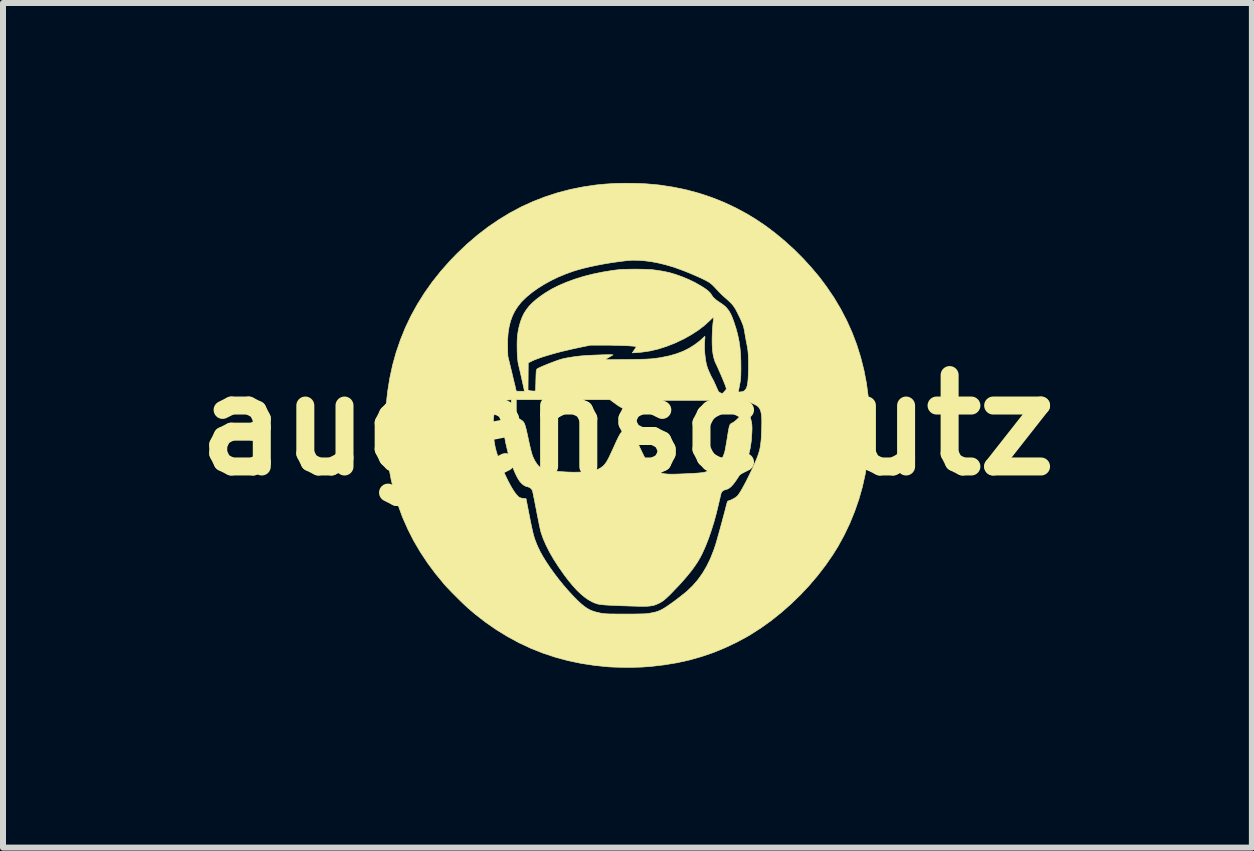
<source format=kicad_pcb>
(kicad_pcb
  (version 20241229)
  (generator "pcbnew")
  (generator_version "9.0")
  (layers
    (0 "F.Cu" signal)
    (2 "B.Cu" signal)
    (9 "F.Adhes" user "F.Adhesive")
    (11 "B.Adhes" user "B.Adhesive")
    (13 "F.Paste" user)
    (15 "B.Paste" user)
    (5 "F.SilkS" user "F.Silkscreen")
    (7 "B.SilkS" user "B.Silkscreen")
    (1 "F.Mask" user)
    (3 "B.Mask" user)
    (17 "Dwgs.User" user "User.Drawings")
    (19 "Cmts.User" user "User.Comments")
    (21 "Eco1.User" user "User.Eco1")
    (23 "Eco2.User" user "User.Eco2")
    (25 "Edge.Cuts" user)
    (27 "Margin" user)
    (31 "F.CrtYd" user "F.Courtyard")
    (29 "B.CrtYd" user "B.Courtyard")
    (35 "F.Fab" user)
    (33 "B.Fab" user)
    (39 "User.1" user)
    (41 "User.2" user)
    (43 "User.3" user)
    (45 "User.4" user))
  (footprint "augenschutz"
    (layer "F.Cu")
    (at 7.41 4.037)
    (property "Reference" "augenschutz" (at 0 0 0) (layer "F.SilkS") (effects (font (size 1.524 1.524) (thickness 0.3))))
    (attr through_hole)
    (fp_poly (pts (xy 0.141 -4.03) (xy 0.309 -4.023) (xy 0.472 -4.009) (xy 0.546 -4.001) (xy 0.766 -3.967) (xy 0.983 -3.922) (xy 1.195 -3.865) (xy 1.402 -3.796) (xy 1.606 -3.715) (xy 1.804 -3.622) (xy 1.997 -3.518) (xy 2.146 -3.427) (xy 2.309 -3.317) (xy 2.47 -3.195) (xy 2.628 -3.063) (xy 2.782 -2.923) (xy 2.929 -2.776) (xy 3.069 -2.622) (xy 3.201 -2.465) (xy 3.318 -2.308) (xy 3.443 -2.124) (xy 3.555 -1.935) (xy 3.656 -1.741) (xy 3.745 -1.543) (xy 3.822 -1.34) (xy 3.887 -1.132) (xy 3.941 -0.919) (xy 3.983 -0.702) (xy 4.013 -0.479) (xy 4.031 -0.252) (xy 4.038 -0.02) (xy 4.038 0.008) (xy 4.038 0.071) (xy 4.037 0.125) (xy 4.036 0.174) (xy 4.034 0.22) (xy 4.032 0.268) (xy 4.028 0.321) (xy 4.023 0.383) (xy 4.023 0.387) (xy 3.999 0.604) (xy 3.963 0.818) (xy 3.916 1.029) (xy 3.857 1.237) (xy 3.786 1.441) (xy 3.705 1.64) (xy 3.612 1.834) (xy 3.51 2.021) (xy 3.422 2.162) (xy 3.301 2.337) (xy 3.17 2.507) (xy 3.03 2.672) (xy 2.882 2.83) (xy 2.727 2.98) (xy 2.566 3.122) (xy 2.4 3.255) (xy 2.23 3.377) (xy 2.057 3.488) (xy 2 3.522) (xy 1.813 3.623) (xy 1.624 3.712) (xy 1.432 3.791) (xy 1.235 3.858) (xy 1.034 3.915) (xy 0.827 3.961) (xy 0.614 3.996) (xy 0.394 4.022) (xy 0.302 4.029) (xy 0.242 4.033) (xy 0.173 4.035) (xy 0.097 4.037) (xy 0.017 4.037) (xy -0.064 4.037) (xy -0.142 4.036) (xy -0.216 4.034) (xy -0.282 4.031) (xy -0.318 4.029) (xy -0.546 4.006) (xy -0.769 3.972) (xy -0.987 3.927) (xy -1.199 3.87) (xy -1.405 3.802) (xy -1.607 3.722) (xy -1.804 3.63) (xy -1.995 3.527) (xy -2.183 3.412) (xy -2.365 3.286) (xy -2.544 3.147) (xy -2.642 3.063) (xy -2.678 3.031) (xy -2.721 2.991) (xy -2.768 2.946) (xy -2.818 2.897) (xy -2.869 2.846) (xy -2.919 2.796) (xy -2.966 2.747) (xy -3.009 2.702) (xy -3.044 2.664) (xy -3.056 2.65) (xy -3.201 2.474) (xy -3.334 2.295) (xy -3.455 2.112) (xy -3.565 1.925) (xy -3.662 1.733) (xy -3.749 1.537) (xy -3.823 1.335) (xy -3.886 1.128) (xy -3.938 0.915) (xy -3.979 0.697) (xy -4.009 0.472) (xy -4.026 0.273) (xy -4.028 0.238) (xy -4.029 0.192) (xy -4.03 0.139) (xy -4.03 0.079) (xy -4.031 0.016) (xy -4.03 -0.01) (xy -2.241 -0.01) (xy -2.24 0.112) (xy -2.228 0.235) (xy -2.207 0.358) (xy -2.206 0.362) (xy -2.19 0.427) (xy -2.169 0.496) (xy -2.145 0.568) (xy -2.119 0.641) (xy -2.09 0.714) (xy -2.059 0.787) (xy -2.026 0.857) (xy -1.993 0.925) (xy -1.96 0.988) (xy -1.928 1.045) (xy -1.896 1.096) (xy -1.866 1.139) (xy -1.838 1.173) (xy -1.812 1.198) (xy -1.796 1.208) (xy -1.778 1.214) (xy -1.754 1.219) (xy -1.733 1.222) (xy -1.691 1.226) (xy -1.648 1.447) (xy -1.631 1.532) (xy -1.617 1.606) (xy -1.603 1.671) (xy -1.591 1.727) (xy -1.58 1.775) (xy -1.57 1.818) (xy -1.559 1.856) (xy -1.549 1.89) (xy -1.537 1.923) (xy -1.525 1.954) (xy -1.512 1.987) (xy -1.497 2.021) (xy -1.494 2.029) (xy -1.456 2.107) (xy -1.409 2.192) (xy -1.353 2.282) (xy -1.291 2.375) (xy -1.223 2.47) (xy -1.149 2.567) (xy -1.072 2.662) (xy -0.991 2.756) (xy -0.908 2.846) (xy -0.884 2.871) (xy -0.825 2.93) (xy -0.772 2.979) (xy -0.723 3.019) (xy -0.677 3.051) (xy -0.632 3.077) (xy -0.588 3.096) (xy -0.542 3.111) (xy -0.54 3.112) (xy -0.508 3.12) (xy -0.481 3.126) (xy -0.456 3.132) (xy -0.432 3.137) (xy -0.408 3.14) (xy -0.382 3.143) (xy -0.353 3.145) (xy -0.319 3.147) (xy -0.279 3.148) (xy -0.232 3.148) (xy -0.176 3.149) (xy -0.11 3.149) (xy -0.049 3.149) (xy 0.029 3.149) (xy 0.099 3.149) (xy 0.162 3.148) (xy 0.216 3.147) (xy 0.26 3.146) (xy 0.293 3.145) (xy 0.315 3.143) (xy 0.319 3.143) (xy 0.379 3.134) (xy 0.429 3.124) (xy 0.471 3.115) (xy 0.508 3.103) (xy 0.542 3.089) (xy 0.576 3.072) (xy 0.613 3.051) (xy 0.654 3.024) (xy 0.655 3.024) (xy 0.698 2.994) (xy 0.748 2.959) (xy 0.802 2.919) (xy 0.856 2.878) (xy 0.909 2.836) (xy 0.957 2.798) (xy 0.994 2.767) (xy 1.087 2.678) (xy 1.173 2.579) (xy 1.251 2.47) (xy 1.321 2.351) (xy 1.384 2.222) (xy 1.439 2.082) (xy 1.469 1.994) (xy 1.479 1.958) (xy 1.493 1.912) (xy 1.508 1.858) (xy 1.525 1.798) (xy 1.543 1.733) (xy 1.561 1.667) (xy 1.579 1.601) (xy 1.596 1.537) (xy 1.612 1.477) (xy 1.626 1.424) (xy 1.63 1.41) (xy 1.64 1.37) (xy 1.649 1.334) (xy 1.657 1.305) (xy 1.664 1.283) (xy 1.668 1.271) (xy 1.669 1.269) (xy 1.677 1.265) (xy 1.693 1.259) (xy 1.706 1.255) (xy 1.733 1.244) (xy 1.764 1.228) (xy 1.795 1.21) (xy 1.82 1.192) (xy 1.828 1.185) (xy 1.844 1.167) (xy 1.865 1.137) (xy 1.889 1.099) (xy 1.916 1.053) (xy 1.944 1.001) (xy 1.975 0.944) (xy 2.005 0.883) (xy 2.036 0.821) (xy 2.067 0.757) (xy 2.096 0.695) (xy 2.122 0.634) (xy 2.147 0.577) (xy 2.168 0.524) (xy 2.184 0.478) (xy 2.196 0.439) (xy 2.197 0.438) (xy 2.206 0.402) (xy 2.213 0.366) (xy 2.219 0.327) (xy 2.224 0.285) (xy 2.229 0.237) (xy 2.232 0.18) (xy 2.235 0.114) (xy 2.236 0.099) (xy 2.238 0.019) (xy 2.239 -0.05) (xy 2.238 -0.109) (xy 2.235 -0.158) (xy 2.229 -0.199) (xy 2.221 -0.233) (xy 2.21 -0.262) (xy 2.197 -0.285) (xy 2.18 -0.306) (xy 2.176 -0.31) (xy 2.157 -0.325) (xy 2.128 -0.341) (xy 2.093 -0.358) (xy 2.054 -0.375) (xy 2.013 -0.39) (xy 1.995 -0.396) (xy 1.943 -0.412) (xy 1.943 -0.238) (xy 1.964 -0.23) (xy 1.996 -0.212) (xy 2.022 -0.183) (xy 2.042 -0.142) (xy 2.048 -0.124) (xy 2.059 -0.085) (xy 2.067 -0.052) (xy 2.072 -0.02) (xy 2.075 0.013) (xy 2.076 0.05) (xy 2.075 0.096) (xy 2.074 0.12) (xy 2.065 0.257) (xy 2.046 0.385) (xy 2.018 0.505) (xy 1.981 0.618) (xy 1.937 0.718) (xy 1.919 0.75) (xy 1.897 0.788) (xy 1.87 0.831) (xy 1.842 0.874) (xy 1.814 0.916) (xy 1.787 0.954) (xy 1.764 0.984) (xy 1.76 0.989) (xy 1.727 1.025) (xy 1.697 1.049) (xy 1.667 1.066) (xy 1.641 1.073) (xy 1.607 1.085) (xy 1.58 1.103) (xy 1.564 1.127) (xy 1.563 1.129) (xy 1.56 1.139) (xy 1.555 1.161) (xy 1.547 1.191) (xy 1.539 1.228) (xy 1.529 1.27) (xy 1.518 1.316) (xy 1.517 1.321) (xy 1.481 1.471) (xy 1.441 1.617) (xy 1.397 1.757) (xy 1.351 1.891) (xy 1.302 2.016) (xy 1.251 2.13) (xy 1.245 2.143) (xy 1.209 2.212) (xy 1.168 2.282) (xy 1.12 2.353) (xy 1.066 2.427) (xy 1.003 2.505) (xy 0.933 2.587) (xy 0.854 2.674) (xy 0.764 2.768) (xy 0.746 2.787) (xy 0.703 2.831) (xy 0.666 2.866) (xy 0.634 2.895) (xy 0.606 2.919) (xy 0.58 2.938) (xy 0.555 2.953) (xy 0.528 2.968) (xy 0.512 2.975) (xy 0.489 2.985) (xy 0.467 2.994) (xy 0.445 3.002) (xy 0.421 3.008) (xy 0.395 3.012) (xy 0.366 3.016) (xy 0.333 3.019) (xy 0.294 3.02) (xy 0.248 3.02) (xy 0.195 3.02) (xy 0.133 3.018) (xy 0.061 3.016) (xy -0.022 3.013) (xy -0.092 3.011) (xy -0.173 3.007) (xy -0.242 3.004) (xy -0.302 3.002) (xy -0.352 2.999) (xy -0.394 2.996) (xy -0.429 2.992) (xy -0.459 2.988) (xy -0.485 2.984) (xy -0.508 2.978) (xy -0.529 2.971) (xy -0.549 2.964) (xy -0.57 2.954) (xy -0.593 2.944) (xy -0.595 2.943) (xy -0.655 2.909) (xy -0.717 2.865) (xy -0.781 2.811) (xy -0.848 2.747) (xy -0.916 2.671) (xy -0.988 2.584) (xy -1.063 2.485) (xy -1.063 2.484) (xy -1.152 2.357) (xy -1.231 2.234) (xy -1.3 2.115) (xy -1.357 2.001) (xy -1.405 1.892) (xy -1.441 1.788) (xy -1.444 1.775) (xy -1.449 1.757) (xy -1.456 1.728) (xy -1.464 1.69) (xy -1.474 1.643) (xy -1.484 1.591) (xy -1.496 1.533) (xy -1.508 1.473) (xy -1.518 1.419) (xy -1.53 1.359) (xy -1.541 1.301) (xy -1.551 1.248) (xy -1.561 1.201) (xy -1.569 1.161) (xy -1.575 1.13) (xy -1.58 1.109) (xy -1.582 1.099) (xy -1.598 1.067) (xy -1.623 1.044) (xy -1.658 1.029) (xy -1.673 1.026) (xy -1.705 1.015) (xy -1.738 0.995) (xy -1.77 0.966) (xy -1.794 0.939) (xy -1.822 0.897) (xy -1.851 0.844) (xy -1.88 0.781) (xy -1.909 0.711) (xy -1.938 0.634) (xy -1.964 0.552) (xy -1.989 0.467) (xy -1.999 0.428) (xy -2.029 0.299) (xy -2.051 0.18) (xy -2.064 0.069) (xy -2.07 -0.034) (xy -2.069 -0.08) (xy -2.068 -0.114) (xy -2.067 -0.138) (xy -2.065 -0.155) (xy -2.061 -0.167) (xy -2.056 -0.176) (xy -2.049 -0.187) (xy -2.049 -0.187) (xy -2.034 -0.201) (xy -2.014 -0.216) (xy -1.99 -0.23) (xy -1.967 -0.242) (xy -1.949 -0.247) (xy -1.945 -0.248) (xy -1.941 -0.251) (xy -1.939 -0.262) (xy -1.938 -0.282) (xy -1.937 -0.313) (xy -1.937 -0.336) (xy -1.937 -0.424) (xy -1.97 -0.421) (xy -2.011 -0.416) (xy -2.052 -0.407) (xy -2.089 -0.396) (xy -2.117 -0.384) (xy -2.143 -0.367) (xy -2.164 -0.349) (xy -2.181 -0.327) (xy -2.195 -0.3) (xy -2.207 -0.266) (xy -2.217 -0.224) (xy -2.226 -0.172) (xy -2.232 -0.128) (xy -2.241 -0.01) (xy -4.03 -0.01) (xy -4.03 -0.049) (xy -4.03 -0.113) (xy -4.029 -0.174) (xy -4.027 -0.23) (xy -4.026 -0.279) (xy -4.024 -0.318) (xy -4.022 -0.333) (xy -4.013 -0.425) (xy -1.854 -0.425) (xy -1.854 -0.148) (xy -1.83 -0.127) (xy -1.811 -0.111) (xy -1.787 -0.095) (xy -1.775 -0.087) (xy -1.76 -0.077) (xy -1.748 -0.068) (xy -1.737 -0.057) (xy -1.728 -0.044) (xy -1.719 -0.028) (xy -1.71 -0.006) (xy -1.702 0.021) (xy -1.692 0.056) (xy -1.682 0.099) (xy -1.67 0.151) (xy -1.656 0.215) (xy -1.652 0.235) (xy -1.637 0.303) (xy -1.624 0.36) (xy -1.613 0.407) (xy -1.602 0.447) (xy -1.593 0.48) (xy -1.584 0.508) (xy -1.574 0.533) (xy -1.563 0.556) (xy -1.552 0.579) (xy -1.538 0.603) (xy -1.533 0.612) (xy -1.508 0.649) (xy -1.483 0.68) (xy -1.455 0.704) (xy -1.423 0.723) (xy -1.384 0.738) (xy -1.338 0.75) (xy -1.282 0.759) (xy -1.235 0.765) (xy -1.117 0.775) (xy -1.004 0.782) (xy -0.896 0.785) (xy -0.796 0.783) (xy -0.705 0.777) (xy -0.649 0.771) (xy -0.589 0.762) (xy -0.539 0.751) (xy -0.497 0.738) (xy -0.462 0.722) (xy -0.431 0.702) (xy -0.402 0.678) (xy -0.387 0.662) (xy -0.375 0.648) (xy -0.363 0.632) (xy -0.35 0.614) (xy -0.337 0.592) (xy -0.322 0.564) (xy -0.305 0.531) (xy -0.286 0.49) (xy -0.263 0.441) (xy -0.236 0.383) (xy -0.205 0.314) (xy -0.203 0.309) (xy -0.176 0.251) (xy -0.153 0.203) (xy -0.133 0.166) (xy -0.116 0.138) (xy -0.101 0.119) (xy -0.087 0.106) (xy -0.082 0.103) (xy -0.067 0.099) (xy -0.045 0.096) (xy -0.031 0.095) (xy -0.008 0.096) (xy 0.009 0.101) (xy 0.025 0.111) (xy 0.033 0.117) (xy 0.055 0.135) (xy 0.079 0.154) (xy 0.089 0.162) (xy 0.097 0.169) (xy 0.105 0.177) (xy 0.113 0.187) (xy 0.121 0.2) (xy 0.131 0.218) (xy 0.144 0.242) (xy 0.159 0.273) (xy 0.178 0.313) (xy 0.201 0.362) (xy 0.209 0.38) (xy 0.232 0.428) (xy 0.254 0.474) (xy 0.275 0.516) (xy 0.293 0.552) (xy 0.308 0.582) (xy 0.319 0.602) (xy 0.323 0.61) (xy 0.341 0.634) (xy 0.365 0.663) (xy 0.392 0.692) (xy 0.42 0.72) (xy 0.446 0.744) (xy 0.469 0.763) (xy 0.483 0.772) (xy 0.517 0.786) (xy 0.559 0.799) (xy 0.606 0.809) (xy 0.627 0.812) (xy 0.656 0.815) (xy 0.692 0.817) (xy 0.738 0.818) (xy 0.793 0.817) (xy 0.858 0.815) (xy 0.935 0.812) (xy 1.023 0.808) (xy 1.038 0.807) (xy 1.098 0.804) (xy 1.148 0.801) (xy 1.187 0.798) (xy 1.218 0.795) (xy 1.243 0.793) (xy 1.263 0.79) (xy 1.279 0.787) (xy 1.293 0.783) (xy 1.299 0.781) (xy 1.374 0.751) (xy 1.44 0.714) (xy 1.497 0.667) (xy 1.544 0.612) (xy 1.583 0.548) (xy 1.613 0.474) (xy 1.615 0.468) (xy 1.621 0.448) (xy 1.628 0.418) (xy 1.635 0.378) (xy 1.644 0.33) (xy 1.653 0.276) (xy 1.663 0.219) (xy 1.664 0.211) (xy 1.673 0.152) (xy 1.681 0.105) (xy 1.688 0.067) (xy 1.694 0.037) (xy 1.699 0.015) (xy 1.706 -0.001) (xy 1.713 -0.013) (xy 1.721 -0.022) (xy 1.731 -0.028) (xy 1.743 -0.035) (xy 1.752 -0.039) (xy 1.771 -0.05) (xy 1.793 -0.067) (xy 1.816 -0.087) (xy 1.821 -0.091) (xy 1.861 -0.13) (xy 1.861 -0.413) (xy 0.286 -0.413) (xy 0.234 -0.36) (xy 0.198 -0.326) (xy 0.165 -0.302) (xy 0.132 -0.285) (xy 0.095 -0.273) (xy 0.059 -0.267) (xy 0.022 -0.263) (xy -0.011 -0.264) (xy -0.043 -0.269) (xy -0.076 -0.281) (xy -0.111 -0.298) (xy -0.151 -0.322) (xy -0.197 -0.354) (xy -0.215 -0.368) (xy -0.293 -0.425) (xy -1.854 -0.425) (xy -4.013 -0.425) (xy -3.998 -0.561) (xy -3.962 -0.784) (xy -3.915 -1.002) (xy -3.856 -1.214) (xy -3.827 -1.297) (xy -1.998 -1.297) (xy -1.998 -1.288) (xy -1.994 -1.15) (xy -1.924 -0.86) (xy -1.91 -0.801) (xy -1.897 -0.746) (xy -1.885 -0.697) (xy -1.874 -0.653) (xy -1.866 -0.618) (xy -1.86 -0.591) (xy -1.856 -0.573) (xy -1.854 -0.567) (xy -1.848 -0.567) (xy -1.832 -0.566) (xy -1.809 -0.565) (xy -1.785 -0.565) (xy -1.717 -0.565) (xy -1.721 -0.586) (xy -1.658 -0.586) (xy -1.637 -0.577) (xy -1.622 -0.573) (xy -1.601 -0.57) (xy -1.578 -0.569) (xy -1.557 -0.568) (xy -1.541 -0.569) (xy -1.535 -0.572) (xy -1.534 -0.579) (xy -1.532 -0.596) (xy -1.531 -0.623) (xy -1.53 -0.658) (xy -1.528 -0.698) (xy -1.528 -0.727) (xy -1.526 -0.783) (xy -1.525 -0.828) (xy -1.523 -0.863) (xy -1.522 -0.89) (xy -1.519 -0.909) (xy -1.515 -0.923) (xy -1.51 -0.933) (xy -1.502 -0.94) (xy -1.493 -0.946) (xy -1.481 -0.952) (xy -1.474 -0.955) (xy -1.444 -0.969) (xy -1.405 -0.986) (xy -1.36 -1.005) (xy -1.311 -1.025) (xy -1.26 -1.044) (xy -1.211 -1.063) (xy -1.165 -1.079) (xy -1.124 -1.093) (xy -1.092 -1.102) (xy -1.083 -1.105) (xy -1.038 -1.115) (xy -0.983 -1.125) (xy -0.922 -1.135) (xy -0.857 -1.144) (xy -0.793 -1.152) (xy -0.755 -1.155) (xy -0.723 -1.158) (xy -0.682 -1.161) (xy -0.634 -1.163) (xy -0.583 -1.166) (xy -0.529 -1.168) (xy -0.475 -1.17) (xy -0.424 -1.172) (xy -0.377 -1.173) (xy -0.338 -1.174) (xy -0.307 -1.174) (xy -0.293 -1.174) (xy -0.24 -1.172) (xy -0.309 -1.131) (xy -0.378 -1.091) (xy -0.022 -1.094) (xy 0.064 -1.095) (xy 0.14 -1.096) (xy 0.205 -1.097) (xy 0.262 -1.099) (xy 0.311 -1.1) (xy 0.355 -1.103) (xy 0.395 -1.105) (xy 0.432 -1.109) (xy 0.467 -1.113) (xy 0.502 -1.118) (xy 0.538 -1.123) (xy 0.575 -1.13) (xy 0.702 -1.156) (xy 0.818 -1.19) (xy 0.927 -1.231) (xy 1.027 -1.281) (xy 1.119 -1.339) (xy 1.206 -1.405) (xy 1.259 -1.453) (xy 1.274 -1.467) (xy 1.286 -1.477) (xy 1.291 -1.479) (xy 1.292 -1.472) (xy 1.291 -1.455) (xy 1.289 -1.431) (xy 1.287 -1.404) (xy 1.284 -1.344) (xy 1.284 -1.278) (xy 1.288 -1.208) (xy 1.295 -1.139) (xy 1.304 -1.073) (xy 1.316 -1.014) (xy 1.328 -0.972) (xy 1.339 -0.94) (xy 1.355 -0.902) (xy 1.373 -0.862) (xy 1.391 -0.822) (xy 1.409 -0.788) (xy 1.418 -0.772) (xy 1.428 -0.754) (xy 1.441 -0.727) (xy 1.455 -0.696) (xy 1.47 -0.663) (xy 1.473 -0.657) (xy 1.486 -0.626) (xy 1.499 -0.598) (xy 1.509 -0.576) (xy 1.516 -0.562) (xy 1.518 -0.56) (xy 1.529 -0.55) (xy 1.547 -0.539) (xy 1.567 -0.531) (xy 1.582 -0.527) (xy 1.588 -0.531) (xy 1.6 -0.543) (xy 1.614 -0.558) (xy 1.63 -0.576) (xy 1.642 -0.592) (xy 1.648 -0.602) (xy 1.647 -0.611) (xy 1.643 -0.626) (xy 1.635 -0.65) (xy 1.623 -0.683) (xy 1.606 -0.725) (xy 1.584 -0.778) (xy 1.581 -0.786) (xy 1.561 -0.833) (xy 1.541 -0.878) (xy 1.522 -0.921) (xy 1.506 -0.959) (xy 1.492 -0.989) (xy 1.482 -1.009) (xy 1.482 -1.01) (xy 1.458 -1.062) (xy 1.44 -1.119) (xy 1.426 -1.184) (xy 1.417 -1.257) (xy 1.412 -1.339) (xy 1.411 -1.431) (xy 1.412 -1.482) (xy 1.414 -1.542) (xy 1.417 -1.603) (xy 1.422 -1.661) (xy 1.427 -1.714) (xy 1.433 -1.76) (xy 1.439 -1.794) (xy 1.44 -1.8) (xy 1.437 -1.801) (xy 1.43 -1.797) (xy 1.418 -1.787) (xy 1.399 -1.77) (xy 1.372 -1.744) (xy 1.364 -1.736) (xy 1.275 -1.656) (xy 1.178 -1.582) (xy 1.073 -1.514) (xy 0.958 -1.448) (xy 0.927 -1.432) (xy 0.786 -1.366) (xy 0.648 -1.312) (xy 0.512 -1.269) (xy 0.377 -1.237) (xy 0.241 -1.217) (xy 0.153 -1.209) (xy 0.081 -1.205) (xy 0.113 -1.253) (xy 0.128 -1.275) (xy 0.139 -1.293) (xy 0.145 -1.304) (xy 0.146 -1.307) (xy 0.14 -1.31) (xy 0.122 -1.314) (xy 0.094 -1.317) (xy 0.057 -1.32) (xy 0.011 -1.323) (xy -0.042 -1.326) (xy -0.1 -1.328) (xy -0.164 -1.33) (xy -0.231 -1.331) (xy -0.3 -1.333) (xy -0.371 -1.333) (xy -0.404 -1.333) (xy -0.615 -1.333) (xy -0.773 -1.301) (xy -0.881 -1.278) (xy -0.986 -1.254) (xy -1.088 -1.23) (xy -1.185 -1.205) (xy -1.277 -1.179) (xy -1.361 -1.154) (xy -1.437 -1.13) (xy -1.503 -1.106) (xy -1.559 -1.084) (xy -1.594 -1.068) (xy -1.654 -1.038) (xy -1.658 -0.586) (xy -1.721 -0.586) (xy -1.756 -0.745) (xy -1.767 -0.793) (xy -1.777 -0.839) (xy -1.787 -0.882) (xy -1.795 -0.918) (xy -1.802 -0.946) (xy -1.806 -0.964) (xy -1.806 -0.965) (xy -1.816 -1.004) (xy -1.824 -1.043) (xy -1.829 -1.085) (xy -1.834 -1.131) (xy -1.837 -1.184) (xy -1.839 -1.248) (xy -1.839 -1.251) (xy -1.84 -1.347) (xy -1.838 -1.433) (xy -1.831 -1.512) (xy -1.819 -1.586) (xy -1.803 -1.657) (xy -1.782 -1.729) (xy -1.78 -1.734) (xy -1.754 -1.803) (xy -1.722 -1.868) (xy -1.683 -1.928) (xy -1.637 -1.986) (xy -1.582 -2.042) (xy -1.518 -2.098) (xy -1.443 -2.154) (xy -1.376 -2.2) (xy -1.266 -2.267) (xy -1.145 -2.328) (xy -1.013 -2.384) (xy -0.873 -2.435) (xy -0.725 -2.481) (xy -0.569 -2.52) (xy -0.407 -2.553) (xy -0.24 -2.58) (xy -0.14 -2.592) (xy -0.108 -2.595) (xy -0.066 -2.597) (xy -0.015 -2.598) (xy 0.041 -2.599) (xy 0.101 -2.6) (xy 0.162 -2.6) (xy 0.221 -2.599) (xy 0.278 -2.598) (xy 0.329 -2.596) (xy 0.372 -2.594) (xy 0.405 -2.592) (xy 0.406 -2.592) (xy 0.5 -2.58) (xy 0.587 -2.566) (xy 0.665 -2.55) (xy 0.705 -2.541) (xy 0.808 -2.51) (xy 0.914 -2.472) (xy 1.019 -2.428) (xy 1.12 -2.38) (xy 1.213 -2.327) (xy 1.264 -2.296) (xy 1.309 -2.265) (xy 1.344 -2.238) (xy 1.37 -2.213) (xy 1.391 -2.188) (xy 1.402 -2.17) (xy 1.423 -2.139) (xy 1.451 -2.11) (xy 1.488 -2.079) (xy 1.535 -2.047) (xy 1.575 -2.02) (xy 1.607 -1.997) (xy 1.632 -1.976) (xy 1.653 -1.954) (xy 1.673 -1.929) (xy 1.674 -1.928) (xy 1.692 -1.903) (xy 1.707 -1.878) (xy 1.722 -1.85) (xy 1.737 -1.818) (xy 1.753 -1.778) (xy 1.771 -1.729) (xy 1.775 -1.717) (xy 1.809 -1.613) (xy 1.837 -1.509) (xy 1.859 -1.405) (xy 1.875 -1.298) (xy 1.885 -1.185) (xy 1.89 -1.065) (xy 1.891 -0.936) (xy 1.891 -0.927) (xy 1.89 -0.875) (xy 1.889 -0.832) (xy 1.887 -0.798) (xy 1.885 -0.768) (xy 1.882 -0.742) (xy 1.878 -0.716) (xy 1.873 -0.689) (xy 1.871 -0.679) (xy 1.865 -0.646) (xy 1.859 -0.615) (xy 1.854 -0.59) (xy 1.851 -0.574) (xy 1.851 -0.572) (xy 1.847 -0.551) (xy 1.886 -0.554) (xy 1.919 -0.559) (xy 1.942 -0.569) (xy 1.958 -0.583) (xy 1.971 -0.599) (xy 1.983 -0.618) (xy 1.992 -0.643) (xy 1.999 -0.673) (xy 2.005 -0.71) (xy 2.01 -0.755) (xy 2.013 -0.809) (xy 2.016 -0.874) (xy 2.017 -0.933) (xy 2.018 -1.023) (xy 2.017 -1.102) (xy 2.014 -1.172) (xy 2.009 -1.234) (xy 2.001 -1.291) (xy 1.993 -1.333) (xy 1.988 -1.359) (xy 1.981 -1.395) (xy 1.973 -1.436) (xy 1.966 -1.479) (xy 1.959 -1.517) (xy 1.952 -1.56) (xy 1.945 -1.597) (xy 1.938 -1.629) (xy 1.929 -1.659) (xy 1.918 -1.69) (xy 1.904 -1.724) (xy 1.887 -1.763) (xy 1.865 -1.809) (xy 1.847 -1.845) (xy 1.824 -1.891) (xy 1.804 -1.93) (xy 1.783 -1.963) (xy 1.762 -1.993) (xy 1.738 -2.021) (xy 1.709 -2.051) (xy 1.674 -2.084) (xy 1.632 -2.121) (xy 1.617 -2.134) (xy 1.594 -2.155) (xy 1.565 -2.183) (xy 1.533 -2.215) (xy 1.502 -2.248) (xy 1.484 -2.266) (xy 1.451 -2.302) (xy 1.42 -2.333) (xy 1.393 -2.357) (xy 1.371 -2.374) (xy 1.368 -2.376) (xy 1.336 -2.396) (xy 1.292 -2.419) (xy 1.241 -2.444) (xy 1.182 -2.471) (xy 1.118 -2.499) (xy 1.051 -2.528) (xy 0.982 -2.556) (xy 0.913 -2.583) (xy 0.846 -2.607) (xy 0.783 -2.63) (xy 0.744 -2.642) (xy 0.627 -2.676) (xy 0.51 -2.704) (xy 0.395 -2.726) (xy 0.284 -2.74) (xy 0.178 -2.748) (xy 0.079 -2.749) (xy 0.003 -2.744) (xy -0.126 -2.728) (xy -0.256 -2.71) (xy -0.384 -2.689) (xy -0.509 -2.665) (xy -0.628 -2.64) (xy -0.74 -2.613) (xy -0.842 -2.585) (xy -0.907 -2.565) (xy -1.033 -2.519) (xy -1.156 -2.468) (xy -1.274 -2.411) (xy -1.386 -2.349) (xy -1.492 -2.283) (xy -1.589 -2.214) (xy -1.676 -2.143) (xy -1.752 -2.07) (xy -1.773 -2.048) (xy -1.83 -1.976) (xy -1.879 -1.9) (xy -1.919 -1.818) (xy -1.951 -1.73) (xy -1.974 -1.635) (xy -1.99 -1.531) (xy -1.998 -1.419) (xy -1.998 -1.297) (xy -3.827 -1.297) (xy -3.785 -1.421) (xy -3.703 -1.624) (xy -3.609 -1.821) (xy -3.503 -2.013) (xy -3.386 -2.2) (xy -3.257 -2.383) (xy -3.116 -2.56) (xy -2.964 -2.733) (xy -2.844 -2.857) (xy -2.676 -3.017) (xy -2.503 -3.165) (xy -2.325 -3.302) (xy -2.143 -3.426) (xy -1.957 -3.539) (xy -1.765 -3.641) (xy -1.569 -3.73) (xy -1.367 -3.808) (xy -1.16 -3.875) (xy -0.949 -3.93) (xy -0.731 -3.973) (xy -0.521 -4.004) (xy -0.364 -4.019) (xy -0.199 -4.029) (xy -0.03 -4.032) (xy 0.141 -4.03)) (stroke (width 0.01) (type solid)) (fill yes) (layer "F.SilkS")))
  (gr_rect
    (start -3 -3)
    (end 17.819 11.08)
    (stroke (width 0.1) (type default))
    (fill no)
    (layer "Edge.Cuts")))
</source>
